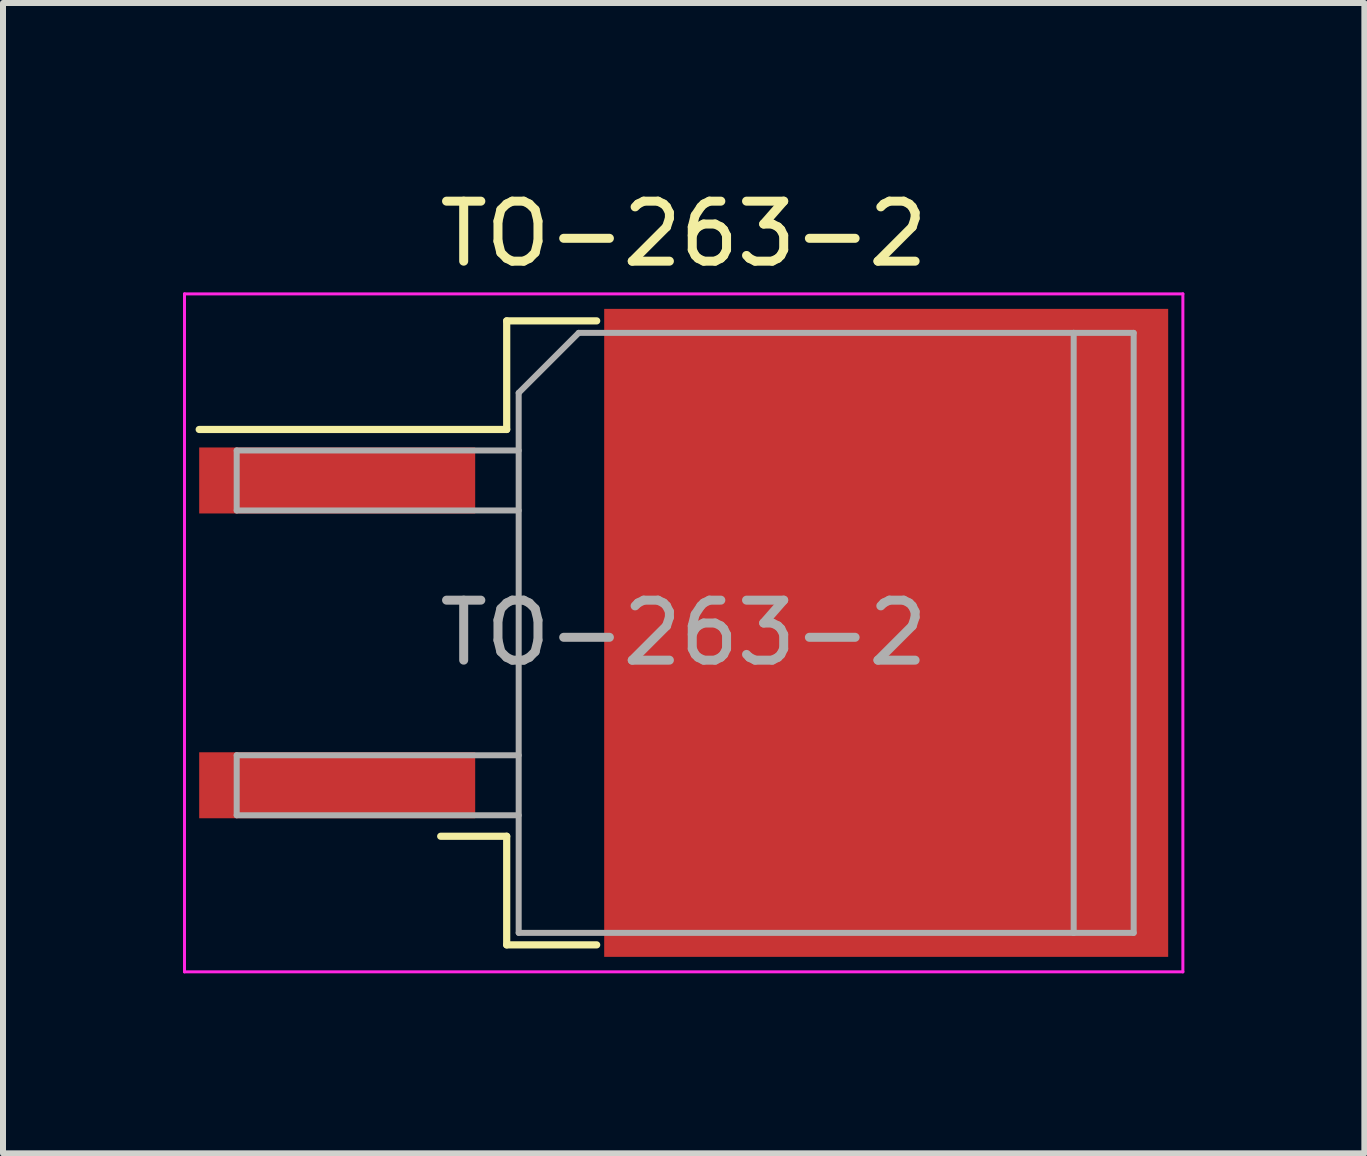
<source format=kicad_pcb>
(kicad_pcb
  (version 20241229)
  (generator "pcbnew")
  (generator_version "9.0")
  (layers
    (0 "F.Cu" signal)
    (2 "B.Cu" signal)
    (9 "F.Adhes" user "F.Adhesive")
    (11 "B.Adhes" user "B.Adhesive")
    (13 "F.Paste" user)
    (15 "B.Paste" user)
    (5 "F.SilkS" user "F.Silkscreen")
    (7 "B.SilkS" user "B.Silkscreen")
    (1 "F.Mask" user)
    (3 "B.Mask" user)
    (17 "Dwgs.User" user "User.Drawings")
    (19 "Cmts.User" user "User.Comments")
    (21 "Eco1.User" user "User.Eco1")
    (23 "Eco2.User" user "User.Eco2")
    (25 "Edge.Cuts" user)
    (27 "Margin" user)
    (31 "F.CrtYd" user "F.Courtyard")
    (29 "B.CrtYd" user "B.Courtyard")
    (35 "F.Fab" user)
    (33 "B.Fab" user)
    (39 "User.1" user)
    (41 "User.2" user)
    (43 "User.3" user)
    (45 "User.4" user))
  (footprint "TO-263-2"
    (layer "F.Cu")
    (at 8.345 7.498)
    (property "Reference" "TO-263-2" (at 0 -6.65 0) (layer "F.SilkS") (effects (font (size 1 1) (thickness 0.15))))
    (attr smd)
    (fp_line (start -2.95 -5.2) (end -2.95 -3.39) (stroke (width 0.12) (type solid)) (layer "F.SilkS"))
    (fp_line (start -2.95 -3.39) (end -8.075 -3.39) (stroke (width 0.12) (type solid)) (layer "F.SilkS"))
    (fp_line (start -2.95 3.39) (end -4.05 3.39) (stroke (width 0.12) (type solid)) (layer "F.SilkS"))
    (fp_line (start -2.95 5.2) (end -2.95 3.39) (stroke (width 0.12) (type solid)) (layer "F.SilkS"))
    (fp_line (start -1.45 -5.2) (end -2.95 -5.2) (stroke (width 0.12) (type solid)) (layer "F.SilkS"))
    (fp_line (start -1.45 5.2) (end -2.95 5.2) (stroke (width 0.12) (type solid)) (layer "F.SilkS"))
    (fp_line (start -8.32 -5.65) (end -8.32 5.65) (stroke (width 0.05) (type solid)) (layer "F.CrtYd"))
    (fp_line (start -8.32 5.65) (end 8.32 5.65) (stroke (width 0.05) (type solid)) (layer "F.CrtYd"))
    (fp_line (start 8.32 -5.65) (end -8.32 -5.65) (stroke (width 0.05) (type solid)) (layer "F.CrtYd"))
    (fp_line (start 8.32 5.65) (end 8.32 -5.65) (stroke (width 0.05) (type solid)) (layer "F.CrtYd"))
    (fp_line (start -7.45 -3.04) (end -7.45 -2.04) (stroke (width 0.1) (type solid)) (layer "F.Fab"))
    (fp_line (start -7.45 -2.04) (end -2.75 -2.04) (stroke (width 0.1) (type solid)) (layer "F.Fab"))
    (fp_line (start -7.45 2.04) (end -7.45 3.04) (stroke (width 0.1) (type solid)) (layer "F.Fab"))
    (fp_line (start -7.45 3.04) (end -2.75 3.04) (stroke (width 0.1) (type solid)) (layer "F.Fab"))
    (fp_line (start -2.75 -4) (end -1.75 -5) (stroke (width 0.1) (type solid)) (layer "F.Fab"))
    (fp_line (start -2.75 -3.04) (end -7.45 -3.04) (stroke (width 0.1) (type solid)) (layer "F.Fab"))
    (fp_line (start -2.75 2.04) (end -7.45 2.04) (stroke (width 0.1) (type solid)) (layer "F.Fab"))
    (fp_line (start -2.75 5) (end -2.75 -4) (stroke (width 0.1) (type solid)) (layer "F.Fab"))
    (fp_line (start -1.75 -5) (end 6.5 -5) (stroke (width 0.1) (type solid)) (layer "F.Fab"))
    (fp_line (start 6.5 -5) (end 6.5 5) (stroke (width 0.1) (type solid)) (layer "F.Fab"))
    (fp_line (start 6.5 -5) (end 7.5 -5) (stroke (width 0.1) (type solid)) (layer "F.Fab"))
    (fp_line (start 6.5 5) (end -2.75 5) (stroke (width 0.1) (type solid)) (layer "F.Fab"))
    (fp_line (start 7.5 -5) (end 7.5 5) (stroke (width 0.1) (type solid)) (layer "F.Fab"))
    (fp_line (start 7.5 5) (end 6.5 5) (stroke (width 0.1) (type solid)) (layer "F.Fab"))
    (fp_text user "${REFERENCE}" (at 0 0 0) (layer "F.Fab") (effects (font (size 1 1) (thickness 0.15))))
    (pad "" smd rect (at 0.95 -2.775) (size 4.55 5.25) (layers "F.Paste"))
    (pad "" smd rect (at 0.95 2.775) (size 4.55 5.25) (layers "F.Paste"))
    (pad "" smd rect (at 5.8 -2.775) (size 4.55 5.25) (layers "F.Paste"))
    (pad "" smd rect (at 5.8 2.775) (size 4.55 5.25) (layers "F.Paste"))
    (pad "1" smd rect (at 3.375 0) (size 9.4 10.8) (layers "F.Cu" "F.Mask"))
    (pad "2" smd rect (at -5.775 -2.54) (size 4.6 1.1) (layers "F.Cu" "F.Mask" "F.Paste"))
    (pad "2" smd rect (at -5.775 2.54) (size 4.6 1.1) (layers "F.Cu" "F.Mask" "F.Paste")))
  (gr_rect
    (start -3 -3)
    (end 19.69 16.173)
    (stroke (width 0.1) (type default))
    (fill no)
    (layer "Edge.Cuts")))
</source>
